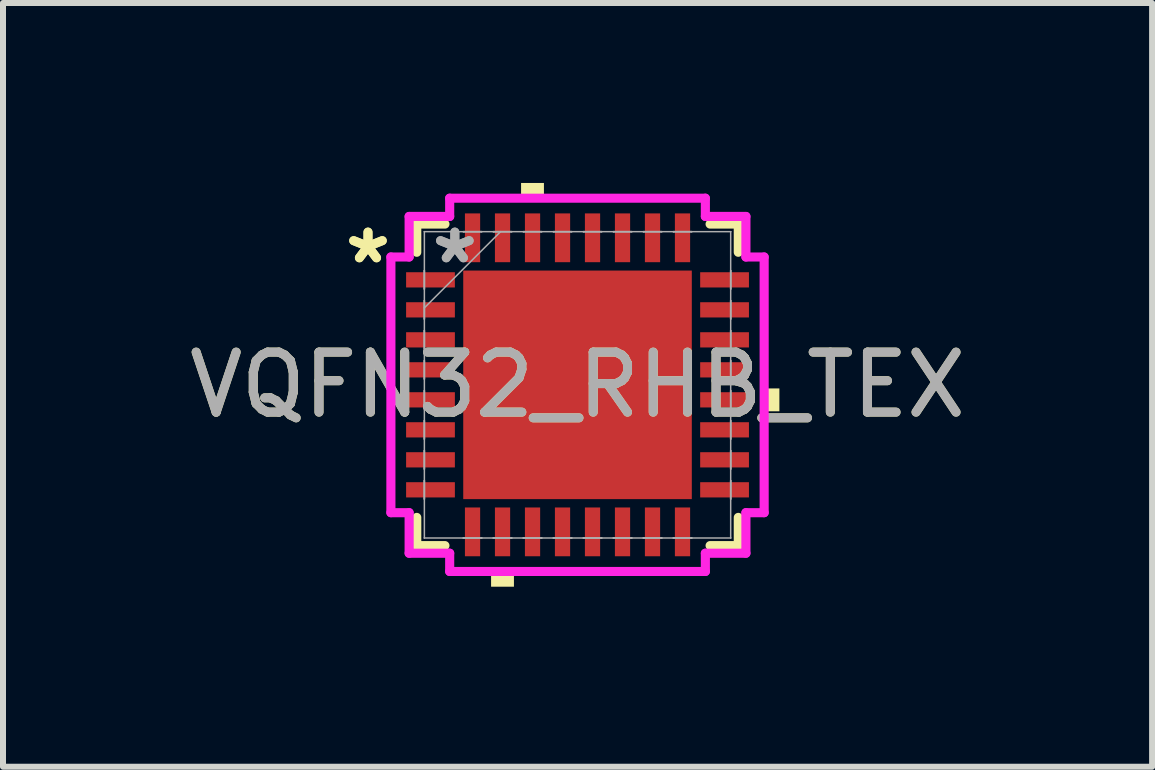
<source format=kicad_pcb>
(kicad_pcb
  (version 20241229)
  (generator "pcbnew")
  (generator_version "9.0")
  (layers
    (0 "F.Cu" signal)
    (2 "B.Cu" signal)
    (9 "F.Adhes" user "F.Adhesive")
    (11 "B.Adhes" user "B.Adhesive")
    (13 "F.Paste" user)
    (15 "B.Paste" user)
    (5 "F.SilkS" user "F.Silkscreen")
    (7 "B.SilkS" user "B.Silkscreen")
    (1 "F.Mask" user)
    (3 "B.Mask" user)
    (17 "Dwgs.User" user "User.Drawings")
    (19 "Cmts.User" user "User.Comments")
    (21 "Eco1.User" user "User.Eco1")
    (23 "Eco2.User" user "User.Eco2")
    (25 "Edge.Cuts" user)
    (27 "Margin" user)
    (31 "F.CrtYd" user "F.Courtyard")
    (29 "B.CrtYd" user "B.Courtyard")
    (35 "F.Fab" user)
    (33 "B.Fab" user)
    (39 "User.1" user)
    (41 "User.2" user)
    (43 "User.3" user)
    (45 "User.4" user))
  (footprint "VQFN32_RHB_TEX"
    (layer "F.Cu")
    (at 6.577 3.365)
    (property "Reference" "VQFN32_RHB_TEX" (at 0 0 0) (unlocked yes) (layer "F.SilkS") (effects (font (size 1 1) (thickness 0.15))))
    (attr smd)
    (fp_line (start -2.68 -2.68) (end -2.68 -2.21) (stroke (width 0.152) (type solid)) (layer "F.SilkS"))
    (fp_line (start -2.68 2.21) (end -2.68 2.68) (stroke (width 0.152) (type solid)) (layer "F.SilkS"))
    (fp_line (start -2.68 2.68) (end -2.21 2.68) (stroke (width 0.152) (type solid)) (layer "F.SilkS"))
    (fp_line (start -2.21 -2.68) (end -2.68 -2.68) (stroke (width 0.152) (type solid)) (layer "F.SilkS"))
    (fp_line (start 2.21 2.68) (end 2.68 2.68) (stroke (width 0.152) (type solid)) (layer "F.SilkS"))
    (fp_line (start 2.68 -2.68) (end 2.21 -2.68) (stroke (width 0.152) (type solid)) (layer "F.SilkS"))
    (fp_line (start 2.68 -2.21) (end 2.68 -2.68) (stroke (width 0.152) (type solid)) (layer "F.SilkS"))
    (fp_line (start 2.68 2.68) (end 2.68 2.21) (stroke (width 0.152) (type solid)) (layer "F.SilkS"))
    (fp_poly (pts (xy -1.441 3.111) (xy -1.441 3.365) (xy -1.06 3.365) (xy -1.06 3.111)) (stroke (width 0) (type solid)) (fill yes) (layer "F.SilkS"))
    (fp_poly (pts (xy -0.941 -3.111) (xy -0.941 -3.365) (xy -0.56 -3.365) (xy -0.56 -3.111)) (stroke (width 0) (type solid)) (fill yes) (layer "F.SilkS"))
    (fp_poly (pts (xy 3.365 0.06) (xy 3.365 0.441) (xy 3.111 0.441) (xy 3.111 0.06)) (stroke (width 0) (type solid)) (fill yes) (layer "F.SilkS"))
    (fp_poly (pts (xy -1.805 -1.805) (xy -1.805 -0.735) (xy -0.735 -0.735) (xy -0.735 -1.805)) (stroke (width 0) (type solid)) (fill yes) (layer "F.Paste"))
    (fp_poly (pts (xy -1.805 -0.535) (xy -1.805 0.535) (xy -0.735 0.535) (xy -0.735 -0.535)) (stroke (width 0) (type solid)) (fill yes) (layer "F.Paste"))
    (fp_poly (pts (xy -1.805 0.735) (xy -1.805 1.805) (xy -0.735 1.805) (xy -0.735 0.735)) (stroke (width 0) (type solid)) (fill yes) (layer "F.Paste"))
    (fp_poly (pts (xy -0.535 -1.805) (xy -0.535 -0.735) (xy 0.535 -0.735) (xy 0.535 -1.805)) (stroke (width 0) (type solid)) (fill yes) (layer "F.Paste"))
    (fp_poly (pts (xy -0.535 -0.535) (xy -0.535 0.535) (xy 0.535 0.535) (xy 0.535 -0.535)) (stroke (width 0) (type solid)) (fill yes) (layer "F.Paste"))
    (fp_poly (pts (xy -0.535 0.735) (xy -0.535 1.805) (xy 0.535 1.805) (xy 0.535 0.735)) (stroke (width 0) (type solid)) (fill yes) (layer "F.Paste"))
    (fp_poly (pts (xy 0.735 -1.805) (xy 0.735 -0.735) (xy 1.805 -0.735) (xy 1.805 -1.805)) (stroke (width 0) (type solid)) (fill yes) (layer "F.Paste"))
    (fp_poly (pts (xy 0.735 -0.535) (xy 0.735 0.535) (xy 1.805 0.535) (xy 1.805 -0.535)) (stroke (width 0) (type solid)) (fill yes) (layer "F.Paste"))
    (fp_poly (pts (xy 0.735 0.735) (xy 0.735 1.805) (xy 1.805 1.805) (xy 1.805 0.735)) (stroke (width 0) (type solid)) (fill yes) (layer "F.Paste"))
    (fp_line (start -3.111 -2.131) (end -2.807 -2.131) (stroke (width 0.152) (type solid)) (layer "F.CrtYd"))
    (fp_line (start -3.111 2.131) (end -3.111 -2.131) (stroke (width 0.152) (type solid)) (layer "F.CrtYd"))
    (fp_line (start -2.807 -2.807) (end -2.131 -2.807) (stroke (width 0.152) (type solid)) (layer "F.CrtYd"))
    (fp_line (start -2.807 -2.131) (end -2.807 -2.807) (stroke (width 0.152) (type solid)) (layer "F.CrtYd"))
    (fp_line (start -2.807 2.131) (end -3.111 2.131) (stroke (width 0.152) (type solid)) (layer "F.CrtYd"))
    (fp_line (start -2.807 2.807) (end -2.807 2.131) (stroke (width 0.152) (type solid)) (layer "F.CrtYd"))
    (fp_line (start -2.131 -3.111) (end 2.131 -3.111) (stroke (width 0.152) (type solid)) (layer "F.CrtYd"))
    (fp_line (start -2.131 -2.807) (end -2.131 -3.111) (stroke (width 0.152) (type solid)) (layer "F.CrtYd"))
    (fp_line (start -2.131 2.807) (end -2.807 2.807) (stroke (width 0.152) (type solid)) (layer "F.CrtYd"))
    (fp_line (start -2.131 3.111) (end -2.131 2.807) (stroke (width 0.152) (type solid)) (layer "F.CrtYd"))
    (fp_line (start 2.131 -3.111) (end 2.131 -2.807) (stroke (width 0.152) (type solid)) (layer "F.CrtYd"))
    (fp_line (start 2.131 -2.807) (end 2.807 -2.807) (stroke (width 0.152) (type solid)) (layer "F.CrtYd"))
    (fp_line (start 2.131 2.807) (end 2.131 3.111) (stroke (width 0.152) (type solid)) (layer "F.CrtYd"))
    (fp_line (start 2.131 3.111) (end -2.131 3.111) (stroke (width 0.152) (type solid)) (layer "F.CrtYd"))
    (fp_line (start 2.807 -2.807) (end 2.807 -2.131) (stroke (width 0.152) (type solid)) (layer "F.CrtYd"))
    (fp_line (start 2.807 -2.131) (end 3.111 -2.131) (stroke (width 0.152) (type solid)) (layer "F.CrtYd"))
    (fp_line (start 2.807 2.131) (end 2.807 2.807) (stroke (width 0.152) (type solid)) (layer "F.CrtYd"))
    (fp_line (start 2.807 2.807) (end 2.131 2.807) (stroke (width 0.152) (type solid)) (layer "F.CrtYd"))
    (fp_line (start 3.111 -2.131) (end 3.111 2.131) (stroke (width 0.152) (type solid)) (layer "F.CrtYd"))
    (fp_line (start 3.111 2.131) (end 2.807 2.131) (stroke (width 0.152) (type solid)) (layer "F.CrtYd"))
    (fp_line (start -2.553 -2.553) (end -2.553 -2.553) (stroke (width 0.025) (type solid)) (layer "F.Fab"))
    (fp_line (start -2.553 -2.553) (end -2.553 2.553) (stroke (width 0.025) (type solid)) (layer "F.Fab"))
    (fp_line (start -2.553 -1.903) (end -2.553 -1.903) (stroke (width 0.025) (type solid)) (layer "F.Fab"))
    (fp_line (start -2.553 -1.903) (end -2.553 -1.598) (stroke (width 0.025) (type solid)) (layer "F.Fab"))
    (fp_line (start -2.553 -1.598) (end -2.553 -1.903) (stroke (width 0.025) (type solid)) (layer "F.Fab"))
    (fp_line (start -2.553 -1.598) (end -2.553 -1.598) (stroke (width 0.025) (type solid)) (layer "F.Fab"))
    (fp_line (start -2.553 -1.403) (end -2.553 -1.403) (stroke (width 0.025) (type solid)) (layer "F.Fab"))
    (fp_line (start -2.553 -1.403) (end -2.553 -1.098) (stroke (width 0.025) (type solid)) (layer "F.Fab"))
    (fp_line (start -2.553 -1.283) (end -1.283 -2.553) (stroke (width 0.025) (type solid)) (layer "F.Fab"))
    (fp_line (start -2.553 -1.098) (end -2.553 -1.403) (stroke (width 0.025) (type solid)) (layer "F.Fab"))
    (fp_line (start -2.553 -1.098) (end -2.553 -1.098) (stroke (width 0.025) (type solid)) (layer "F.Fab"))
    (fp_line (start -2.553 -0.903) (end -2.553 -0.903) (stroke (width 0.025) (type solid)) (layer "F.Fab"))
    (fp_line (start -2.553 -0.903) (end -2.553 -0.598) (stroke (width 0.025) (type solid)) (layer "F.Fab"))
    (fp_line (start -2.553 -0.598) (end -2.553 -0.903) (stroke (width 0.025) (type solid)) (layer "F.Fab"))
    (fp_line (start -2.553 -0.598) (end -2.553 -0.598) (stroke (width 0.025) (type solid)) (layer "F.Fab"))
    (fp_line (start -2.553 -0.402) (end -2.553 -0.402) (stroke (width 0.025) (type solid)) (layer "F.Fab"))
    (fp_line (start -2.553 -0.402) (end -2.553 -0.098) (stroke (width 0.025) (type solid)) (layer "F.Fab"))
    (fp_line (start -2.553 -0.098) (end -2.553 -0.402) (stroke (width 0.025) (type solid)) (layer "F.Fab"))
    (fp_line (start -2.553 -0.098) (end -2.553 -0.098) (stroke (width 0.025) (type solid)) (layer "F.Fab"))
    (fp_line (start -2.553 0.098) (end -2.553 0.098) (stroke (width 0.025) (type solid)) (layer "F.Fab"))
    (fp_line (start -2.553 0.098) (end -2.553 0.402) (stroke (width 0.025) (type solid)) (layer "F.Fab"))
    (fp_line (start -2.553 0.402) (end -2.553 0.098) (stroke (width 0.025) (type solid)) (layer "F.Fab"))
    (fp_line (start -2.553 0.402) (end -2.553 0.402) (stroke (width 0.025) (type solid)) (layer "F.Fab"))
    (fp_line (start -2.553 0.598) (end -2.553 0.598) (stroke (width 0.025) (type solid)) (layer "F.Fab"))
    (fp_line (start -2.553 0.598) (end -2.553 0.903) (stroke (width 0.025) (type solid)) (layer "F.Fab"))
    (fp_line (start -2.553 0.903) (end -2.553 0.598) (stroke (width 0.025) (type solid)) (layer "F.Fab"))
    (fp_line (start -2.553 0.903) (end -2.553 0.903) (stroke (width 0.025) (type solid)) (layer "F.Fab"))
    (fp_line (start -2.553 1.098) (end -2.553 1.098) (stroke (width 0.025) (type solid)) (layer "F.Fab"))
    (fp_line (start -2.553 1.098) (end -2.553 1.403) (stroke (width 0.025) (type solid)) (layer "F.Fab"))
    (fp_line (start -2.553 1.403) (end -2.553 1.098) (stroke (width 0.025) (type solid)) (layer "F.Fab"))
    (fp_line (start -2.553 1.403) (end -2.553 1.403) (stroke (width 0.025) (type solid)) (layer "F.Fab"))
    (fp_line (start -2.553 1.598) (end -2.553 1.598) (stroke (width 0.025) (type solid)) (layer "F.Fab"))
    (fp_line (start -2.553 1.598) (end -2.553 1.903) (stroke (width 0.025) (type solid)) (layer "F.Fab"))
    (fp_line (start -2.553 1.903) (end -2.553 1.598) (stroke (width 0.025) (type solid)) (layer "F.Fab"))
    (fp_line (start -2.553 1.903) (end -2.553 1.903) (stroke (width 0.025) (type solid)) (layer "F.Fab"))
    (fp_line (start -2.553 2.553) (end -2.553 2.553) (stroke (width 0.025) (type solid)) (layer "F.Fab"))
    (fp_line (start -2.553 2.553) (end 2.553 2.553) (stroke (width 0.025) (type solid)) (layer "F.Fab"))
    (fp_line (start -1.903 -2.553) (end -1.903 -2.553) (stroke (width 0.025) (type solid)) (layer "F.Fab"))
    (fp_line (start -1.903 -2.553) (end -1.598 -2.553) (stroke (width 0.025) (type solid)) (layer "F.Fab"))
    (fp_line (start -1.903 2.553) (end -1.903 2.553) (stroke (width 0.025) (type solid)) (layer "F.Fab"))
    (fp_line (start -1.903 2.553) (end -1.598 2.553) (stroke (width 0.025) (type solid)) (layer "F.Fab"))
    (fp_line (start -1.598 -2.553) (end -1.903 -2.553) (stroke (width 0.025) (type solid)) (layer "F.Fab"))
    (fp_line (start -1.598 -2.553) (end -1.598 -2.553) (stroke (width 0.025) (type solid)) (layer "F.Fab"))
    (fp_line (start -1.598 2.553) (end -1.903 2.553) (stroke (width 0.025) (type solid)) (layer "F.Fab"))
    (fp_line (start -1.598 2.553) (end -1.598 2.553) (stroke (width 0.025) (type solid)) (layer "F.Fab"))
    (fp_line (start -1.403 -2.553) (end -1.403 -2.553) (stroke (width 0.025) (type solid)) (layer "F.Fab"))
    (fp_line (start -1.403 -2.553) (end -1.098 -2.553) (stroke (width 0.025) (type solid)) (layer "F.Fab"))
    (fp_line (start -1.403 2.553) (end -1.403 2.553) (stroke (width 0.025) (type solid)) (layer "F.Fab"))
    (fp_line (start -1.403 2.553) (end -1.098 2.553) (stroke (width 0.025) (type solid)) (layer "F.Fab"))
    (fp_line (start -1.098 -2.553) (end -1.403 -2.553) (stroke (width 0.025) (type solid)) (layer "F.Fab"))
    (fp_line (start -1.098 -2.553) (end -1.098 -2.553) (stroke (width 0.025) (type solid)) (layer "F.Fab"))
    (fp_line (start -1.098 2.553) (end -1.403 2.553) (stroke (width 0.025) (type solid)) (layer "F.Fab"))
    (fp_line (start -1.098 2.553) (end -1.098 2.553) (stroke (width 0.025) (type solid)) (layer "F.Fab"))
    (fp_line (start -0.903 -2.553) (end -0.903 -2.553) (stroke (width 0.025) (type solid)) (layer "F.Fab"))
    (fp_line (start -0.903 -2.553) (end -0.598 -2.553) (stroke (width 0.025) (type solid)) (layer "F.Fab"))
    (fp_line (start -0.903 2.553) (end -0.903 2.553) (stroke (width 0.025) (type solid)) (layer "F.Fab"))
    (fp_line (start -0.903 2.553) (end -0.598 2.553) (stroke (width 0.025) (type solid)) (layer "F.Fab"))
    (fp_line (start -0.598 -2.553) (end -0.903 -2.553) (stroke (width 0.025) (type solid)) (layer "F.Fab"))
    (fp_line (start -0.598 -2.553) (end -0.598 -2.553) (stroke (width 0.025) (type solid)) (layer "F.Fab"))
    (fp_line (start -0.598 2.553) (end -0.903 2.553) (stroke (width 0.025) (type solid)) (layer "F.Fab"))
    (fp_line (start -0.598 2.553) (end -0.598 2.553) (stroke (width 0.025) (type solid)) (layer "F.Fab"))
    (fp_line (start -0.402 -2.553) (end -0.402 -2.553) (stroke (width 0.025) (type solid)) (layer "F.Fab"))
    (fp_line (start -0.402 -2.553) (end -0.098 -2.553) (stroke (width 0.025) (type solid)) (layer "F.Fab"))
    (fp_line (start -0.402 2.553) (end -0.402 2.553) (stroke (width 0.025) (type solid)) (layer "F.Fab"))
    (fp_line (start -0.402 2.553) (end -0.098 2.553) (stroke (width 0.025) (type solid)) (layer "F.Fab"))
    (fp_line (start -0.098 -2.553) (end -0.402 -2.553) (stroke (width 0.025) (type solid)) (layer "F.Fab"))
    (fp_line (start -0.098 -2.553) (end -0.098 -2.553) (stroke (width 0.025) (type solid)) (layer "F.Fab"))
    (fp_line (start -0.098 2.553) (end -0.402 2.553) (stroke (width 0.025) (type solid)) (layer "F.Fab"))
    (fp_line (start -0.098 2.553) (end -0.098 2.553) (stroke (width 0.025) (type solid)) (layer "F.Fab"))
    (fp_line (start 0.098 -2.553) (end 0.098 -2.553) (stroke (width 0.025) (type solid)) (layer "F.Fab"))
    (fp_line (start 0.098 -2.553) (end 0.402 -2.553) (stroke (width 0.025) (type solid)) (layer "F.Fab"))
    (fp_line (start 0.098 2.553) (end 0.098 2.553) (stroke (width 0.025) (type solid)) (layer "F.Fab"))
    (fp_line (start 0.098 2.553) (end 0.402 2.553) (stroke (width 0.025) (type solid)) (layer "F.Fab"))
    (fp_line (start 0.402 -2.553) (end 0.098 -2.553) (stroke (width 0.025) (type solid)) (layer "F.Fab"))
    (fp_line (start 0.402 -2.553) (end 0.402 -2.553) (stroke (width 0.025) (type solid)) (layer "F.Fab"))
    (fp_line (start 0.402 2.553) (end 0.098 2.553) (stroke (width 0.025) (type solid)) (layer "F.Fab"))
    (fp_line (start 0.402 2.553) (end 0.402 2.553) (stroke (width 0.025) (type solid)) (layer "F.Fab"))
    (fp_line (start 0.598 -2.553) (end 0.598 -2.553) (stroke (width 0.025) (type solid)) (layer "F.Fab"))
    (fp_line (start 0.598 -2.553) (end 0.903 -2.553) (stroke (width 0.025) (type solid)) (layer "F.Fab"))
    (fp_line (start 0.598 2.553) (end 0.598 2.553) (stroke (width 0.025) (type solid)) (layer "F.Fab"))
    (fp_line (start 0.598 2.553) (end 0.903 2.553) (stroke (width 0.025) (type solid)) (layer "F.Fab"))
    (fp_line (start 0.903 -2.553) (end 0.598 -2.553) (stroke (width 0.025) (type solid)) (layer "F.Fab"))
    (fp_line (start 0.903 -2.553) (end 0.903 -2.553) (stroke (width 0.025) (type solid)) (layer "F.Fab"))
    (fp_line (start 0.903 2.553) (end 0.598 2.553) (stroke (width 0.025) (type solid)) (layer "F.Fab"))
    (fp_line (start 0.903 2.553) (end 0.903 2.553) (stroke (width 0.025) (type solid)) (layer "F.Fab"))
    (fp_line (start 1.098 -2.553) (end 1.098 -2.553) (stroke (width 0.025) (type solid)) (layer "F.Fab"))
    (fp_line (start 1.098 -2.553) (end 1.403 -2.553) (stroke (width 0.025) (type solid)) (layer "F.Fab"))
    (fp_line (start 1.098 2.553) (end 1.098 2.553) (stroke (width 0.025) (type solid)) (layer "F.Fab"))
    (fp_line (start 1.098 2.553) (end 1.403 2.553) (stroke (width 0.025) (type solid)) (layer "F.Fab"))
    (fp_line (start 1.403 -2.553) (end 1.098 -2.553) (stroke (width 0.025) (type solid)) (layer "F.Fab"))
    (fp_line (start 1.403 -2.553) (end 1.403 -2.553) (stroke (width 0.025) (type solid)) (layer "F.Fab"))
    (fp_line (start 1.403 2.553) (end 1.098 2.553) (stroke (width 0.025) (type solid)) (layer "F.Fab"))
    (fp_line (start 1.403 2.553) (end 1.403 2.553) (stroke (width 0.025) (type solid)) (layer "F.Fab"))
    (fp_line (start 1.598 -2.553) (end 1.598 -2.553) (stroke (width 0.025) (type solid)) (layer "F.Fab"))
    (fp_line (start 1.598 -2.553) (end 1.903 -2.553) (stroke (width 0.025) (type solid)) (layer "F.Fab"))
    (fp_line (start 1.598 2.553) (end 1.598 2.553) (stroke (width 0.025) (type solid)) (layer "F.Fab"))
    (fp_line (start 1.598 2.553) (end 1.903 2.553) (stroke (width 0.025) (type solid)) (layer "F.Fab"))
    (fp_line (start 1.903 -2.553) (end 1.598 -2.553) (stroke (width 0.025) (type solid)) (layer "F.Fab"))
    (fp_line (start 1.903 -2.553) (end 1.903 -2.553) (stroke (width 0.025) (type solid)) (layer "F.Fab"))
    (fp_line (start 1.903 2.553) (end 1.598 2.553) (stroke (width 0.025) (type solid)) (layer "F.Fab"))
    (fp_line (start 1.903 2.553) (end 1.903 2.553) (stroke (width 0.025) (type solid)) (layer "F.Fab"))
    (fp_line (start 2.553 -2.553) (end -2.553 -2.553) (stroke (width 0.025) (type solid)) (layer "F.Fab"))
    (fp_line (start 2.553 -2.553) (end 2.553 -2.553) (stroke (width 0.025) (type solid)) (layer "F.Fab"))
    (fp_line (start 2.553 -1.903) (end 2.553 -1.903) (stroke (width 0.025) (type solid)) (layer "F.Fab"))
    (fp_line (start 2.553 -1.903) (end 2.553 -1.598) (stroke (width 0.025) (type solid)) (layer "F.Fab"))
    (fp_line (start 2.553 -1.598) (end 2.553 -1.903) (stroke (width 0.025) (type solid)) (layer "F.Fab"))
    (fp_line (start 2.553 -1.598) (end 2.553 -1.598) (stroke (width 0.025) (type solid)) (layer "F.Fab"))
    (fp_line (start 2.553 -1.403) (end 2.553 -1.403) (stroke (width 0.025) (type solid)) (layer "F.Fab"))
    (fp_line (start 2.553 -1.403) (end 2.553 -1.098) (stroke (width 0.025) (type solid)) (layer "F.Fab"))
    (fp_line (start 2.553 -1.098) (end 2.553 -1.403) (stroke (width 0.025) (type solid)) (layer "F.Fab"))
    (fp_line (start 2.553 -1.098) (end 2.553 -1.098) (stroke (width 0.025) (type solid)) (layer "F.Fab"))
    (fp_line (start 2.553 -0.903) (end 2.553 -0.903) (stroke (width 0.025) (type solid)) (layer "F.Fab"))
    (fp_line (start 2.553 -0.903) (end 2.553 -0.598) (stroke (width 0.025) (type solid)) (layer "F.Fab"))
    (fp_line (start 2.553 -0.598) (end 2.553 -0.903) (stroke (width 0.025) (type solid)) (layer "F.Fab"))
    (fp_line (start 2.553 -0.598) (end 2.553 -0.598) (stroke (width 0.025) (type solid)) (layer "F.Fab"))
    (fp_line (start 2.553 -0.402) (end 2.553 -0.402) (stroke (width 0.025) (type solid)) (layer "F.Fab"))
    (fp_line (start 2.553 -0.402) (end 2.553 -0.098) (stroke (width 0.025) (type solid)) (layer "F.Fab"))
    (fp_line (start 2.553 -0.098) (end 2.553 -0.402) (stroke (width 0.025) (type solid)) (layer "F.Fab"))
    (fp_line (start 2.553 -0.098) (end 2.553 -0.098) (stroke (width 0.025) (type solid)) (layer "F.Fab"))
    (fp_line (start 2.553 0.098) (end 2.553 0.098) (stroke (width 0.025) (type solid)) (layer "F.Fab"))
    (fp_line (start 2.553 0.098) (end 2.553 0.402) (stroke (width 0.025) (type solid)) (layer "F.Fab"))
    (fp_line (start 2.553 0.402) (end 2.553 0.098) (stroke (width 0.025) (type solid)) (layer "F.Fab"))
    (fp_line (start 2.553 0.402) (end 2.553 0.402) (stroke (width 0.025) (type solid)) (layer "F.Fab"))
    (fp_line (start 2.553 0.598) (end 2.553 0.598) (stroke (width 0.025) (type solid)) (layer "F.Fab"))
    (fp_line (start 2.553 0.598) (end 2.553 0.903) (stroke (width 0.025) (type solid)) (layer "F.Fab"))
    (fp_line (start 2.553 0.903) (end 2.553 0.598) (stroke (width 0.025) (type solid)) (layer "F.Fab"))
    (fp_line (start 2.553 0.903) (end 2.553 0.903) (stroke (width 0.025) (type solid)) (layer "F.Fab"))
    (fp_line (start 2.553 1.098) (end 2.553 1.098) (stroke (width 0.025) (type solid)) (layer "F.Fab"))
    (fp_line (start 2.553 1.098) (end 2.553 1.403) (stroke (width 0.025) (type solid)) (layer "F.Fab"))
    (fp_line (start 2.553 1.403) (end 2.553 1.098) (stroke (width 0.025) (type solid)) (layer "F.Fab"))
    (fp_line (start 2.553 1.403) (end 2.553 1.403) (stroke (width 0.025) (type solid)) (layer "F.Fab"))
    (fp_line (start 2.553 1.598) (end 2.553 1.598) (stroke (width 0.025) (type solid)) (layer "F.Fab"))
    (fp_line (start 2.553 1.598) (end 2.553 1.903) (stroke (width 0.025) (type solid)) (layer "F.Fab"))
    (fp_line (start 2.553 1.903) (end 2.553 1.598) (stroke (width 0.025) (type solid)) (layer "F.Fab"))
    (fp_line (start 2.553 1.903) (end 2.553 1.903) (stroke (width 0.025) (type solid)) (layer "F.Fab"))
    (fp_line (start 2.553 2.553) (end 2.553 -2.553) (stroke (width 0.025) (type solid)) (layer "F.Fab"))
    (fp_line (start 2.553 2.553) (end 2.553 2.553) (stroke (width 0.025) (type solid)) (layer "F.Fab"))
    (fp_text user "*" (at -3.493 -2.001 0) (unlocked yes) (layer "F.SilkS") (effects (font (size 1 1) (thickness 0.15))))
    (fp_text user "*" (at -3.493 -2.001 0) (layer "F.SilkS") (effects (font (size 1 1) (thickness 0.15))))
    (fp_text user "*" (at -2.045 -2.001 0) (unlocked yes) (layer "F.Fab") (effects (font (size 1 1) (thickness 0.15))))
    (fp_text user "${REFERENCE}" (at 0 0 0) (unlocked yes) (layer "F.Fab") (effects (font (size 1 1) (thickness 0.15))))
    (fp_text user "*" (at -2.045 -2.001 0) (layer "F.Fab") (effects (font (size 1 1) (thickness 0.15))))
    (pad "1" smd rect (at -2.451 -1.75 90) (size 0.254 0.813) (layers "F.Cu" "F.Mask" "F.Paste"))
    (pad "2" smd rect (at -2.451 -1.25 90) (size 0.254 0.813) (layers "F.Cu" "F.Mask" "F.Paste"))
    (pad "3" smd rect (at -2.451 -0.75 90) (size 0.254 0.813) (layers "F.Cu" "F.Mask" "F.Paste"))
    (pad "4" smd rect (at -2.451 -0.25 90) (size 0.254 0.813) (layers "F.Cu" "F.Mask" "F.Paste"))
    (pad "5" smd rect (at -2.451 0.25 90) (size 0.254 0.813) (layers "F.Cu" "F.Mask" "F.Paste"))
    (pad "6" smd rect (at -2.451 0.75 90) (size 0.254 0.813) (layers "F.Cu" "F.Mask" "F.Paste"))
    (pad "7" smd rect (at -2.451 1.25 90) (size 0.254 0.813) (layers "F.Cu" "F.Mask" "F.Paste"))
    (pad "8" smd rect (at -2.451 1.75 90) (size 0.254 0.813) (layers "F.Cu" "F.Mask" "F.Paste"))
    (pad "9" smd rect (at -1.75 2.451) (size 0.254 0.813) (layers "F.Cu" "F.Mask" "F.Paste"))
    (pad "10" smd rect (at -1.25 2.451) (size 0.254 0.813) (layers "F.Cu" "F.Mask" "F.Paste"))
    (pad "11" smd rect (at -0.75 2.451) (size 0.254 0.813) (layers "F.Cu" "F.Mask" "F.Paste"))
    (pad "12" smd rect (at -0.25 2.451) (size 0.254 0.813) (layers "F.Cu" "F.Mask" "F.Paste"))
    (pad "13" smd rect (at 0.25 2.451) (size 0.254 0.813) (layers "F.Cu" "F.Mask" "F.Paste"))
    (pad "14" smd rect (at 0.75 2.451) (size 0.254 0.813) (layers "F.Cu" "F.Mask" "F.Paste"))
    (pad "15" smd rect (at 1.25 2.451) (size 0.254 0.813) (layers "F.Cu" "F.Mask" "F.Paste"))
    (pad "16" smd rect (at 1.75 2.451) (size 0.254 0.813) (layers "F.Cu" "F.Mask" "F.Paste"))
    (pad "17" smd rect (at 2.451 1.75 90) (size 0.254 0.813) (layers "F.Cu" "F.Mask" "F.Paste"))
    (pad "18" smd rect (at 2.451 1.25 90) (size 0.254 0.813) (layers "F.Cu" "F.Mask" "F.Paste"))
    (pad "19" smd rect (at 2.451 0.75 90) (size 0.254 0.813) (layers "F.Cu" "F.Mask" "F.Paste"))
    (pad "20" smd rect (at 2.451 0.25 90) (size 0.254 0.813) (layers "F.Cu" "F.Mask" "F.Paste"))
    (pad "21" smd rect (at 2.451 -0.25 90) (size 0.254 0.813) (layers "F.Cu" "F.Mask" "F.Paste"))
    (pad "22" smd rect (at 2.451 -0.75 90) (size 0.254 0.813) (layers "F.Cu" "F.Mask" "F.Paste"))
    (pad "23" smd rect (at 2.451 -1.25 90) (size 0.254 0.813) (layers "F.Cu" "F.Mask" "F.Paste"))
    (pad "24" smd rect (at 2.451 -1.75 90) (size 0.254 0.813) (layers "F.Cu" "F.Mask" "F.Paste"))
    (pad "25" smd rect (at 1.75 -2.451) (size 0.254 0.813) (layers "F.Cu" "F.Mask" "F.Paste"))
    (pad "26" smd rect (at 1.25 -2.451) (size 0.254 0.813) (layers "F.Cu" "F.Mask" "F.Paste"))
    (pad "27" smd rect (at 0.75 -2.451) (size 0.254 0.813) (layers "F.Cu" "F.Mask" "F.Paste"))
    (pad "28" smd rect (at 0.25 -2.451) (size 0.254 0.813) (layers "F.Cu" "F.Mask" "F.Paste"))
    (pad "29" smd rect (at -0.25 -2.451) (size 0.254 0.813) (layers "F.Cu" "F.Mask" "F.Paste"))
    (pad "30" smd rect (at -0.75 -2.451) (size 0.254 0.813) (layers "F.Cu" "F.Mask" "F.Paste"))
    (pad "31" smd rect (at -1.25 -2.451) (size 0.254 0.813) (layers "F.Cu" "F.Mask" "F.Paste"))
    (pad "32" smd rect (at -1.75 -2.451) (size 0.254 0.813) (layers "F.Cu" "F.Mask" "F.Paste"))
    (pad "33" smd rect (at 0 0) (size 3.81 3.81) (layers "F.Cu" "F.Mask")))
  (gr_rect
    (start -3 -3)
    (end 16.155 9.731)
    (stroke (width 0.1) (type default))
    (fill no)
    (layer "Edge.Cuts")))
</source>
